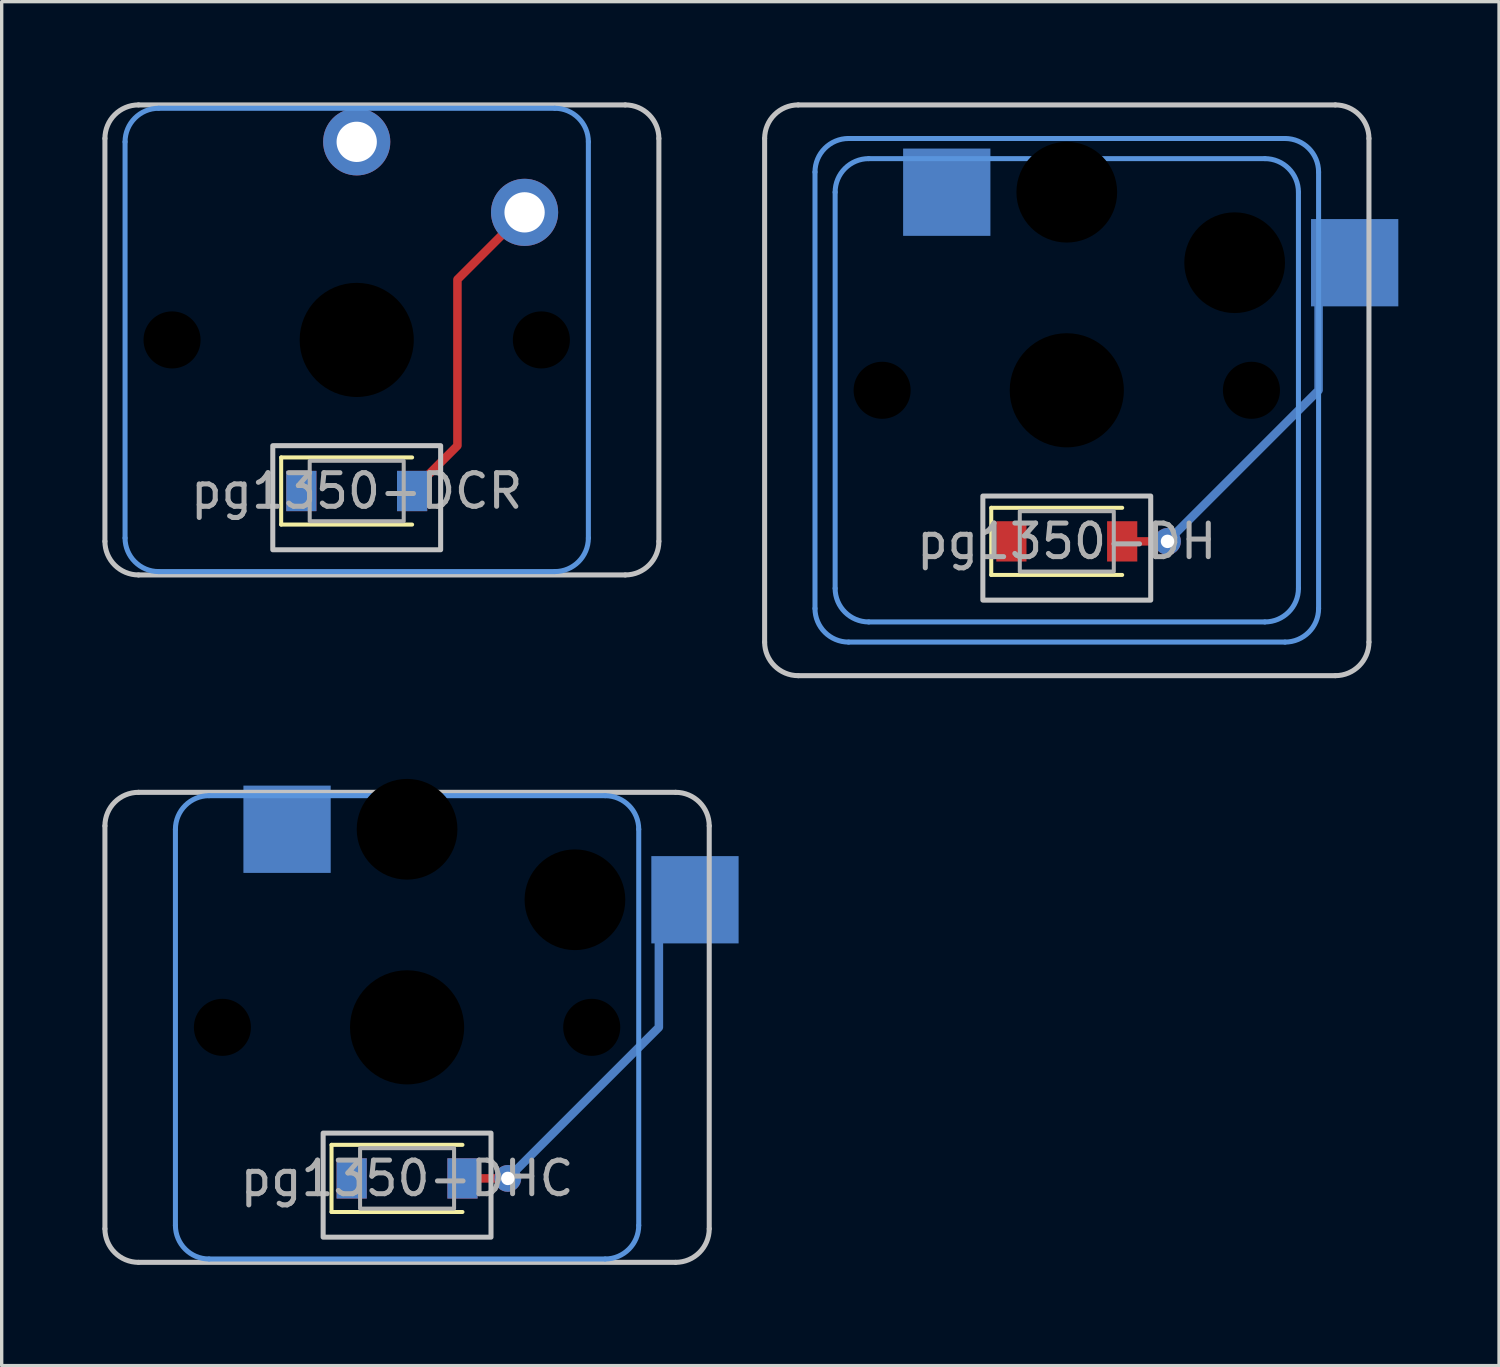
<source format=kicad_pcb>
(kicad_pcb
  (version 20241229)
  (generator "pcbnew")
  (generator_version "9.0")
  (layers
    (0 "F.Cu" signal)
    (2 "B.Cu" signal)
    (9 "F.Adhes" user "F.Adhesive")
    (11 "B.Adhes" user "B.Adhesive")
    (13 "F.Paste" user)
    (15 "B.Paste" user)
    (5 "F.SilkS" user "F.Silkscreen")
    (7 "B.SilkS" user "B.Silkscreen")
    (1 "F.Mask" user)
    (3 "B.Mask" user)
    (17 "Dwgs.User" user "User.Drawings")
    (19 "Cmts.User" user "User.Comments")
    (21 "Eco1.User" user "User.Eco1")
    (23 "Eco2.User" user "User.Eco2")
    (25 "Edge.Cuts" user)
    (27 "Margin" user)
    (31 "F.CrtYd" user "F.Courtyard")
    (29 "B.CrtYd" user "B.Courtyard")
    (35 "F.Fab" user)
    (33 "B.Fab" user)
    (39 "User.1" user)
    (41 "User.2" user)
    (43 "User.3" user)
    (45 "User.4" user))
  (footprint "pg1350-DCR"
    (layer "F.Cu")
    (at 7.575 11.575)
    (property "Reference" "pg1350-DCR" (at 0 0 0) (layer "F.Fab") (effects (font (size 1 1) (thickness 0.15))))
    (attr smd)
    (fp_line (start -2.25 -1) (end -2.25 1) (stroke (width 0.12) (type solid)) (layer "F.SilkS"))
    (fp_line (start -2.25 1) (end 1.65 1) (stroke (width 0.12) (type solid)) (layer "F.SilkS"))
    (fp_line (start 1.65 -1) (end -2.25 -1) (stroke (width 0.12) (type solid)) (layer "F.SilkS"))
    (fp_line (start -7.5 1.5) (end -7.5 -10.5) (stroke (width 0.15) (type solid)) (layer "Dwgs.User"))
    (fp_line (start -6.5 -11.5) (end 8 -11.5) (stroke (width 0.15) (type solid)) (layer "Dwgs.User"))
    (fp_line (start 8 2.5) (end -6.5 2.5) (stroke (width 0.15) (type solid)) (layer "Dwgs.User"))
    (fp_line (start 9 -10.5) (end 9 1.5) (stroke (width 0.15) (type solid)) (layer "Dwgs.User"))
    (fp_rect (start 2.5 1.75) (end -2.5 -1.35) (stroke (width 0.15) (type solid)) (fill no) (layer "Dwgs.User"))
    (fp_arc (start -7.5 -10.5) (mid -7.207107 -11.207107) (end -6.5 -11.5) (stroke (width 0.15) (type solid)) (layer "Dwgs.User"))
    (fp_arc (start -6.5 2.5) (mid -7.207107 2.207107) (end -7.5 1.5) (stroke (width 0.15) (type solid)) (layer "Dwgs.User"))
    (fp_arc (start 8 -11.5) (mid 8.707107 -11.207107) (end 9 -10.5) (stroke (width 0.15) (type solid)) (layer "Dwgs.User"))
    (fp_arc (start 9 1.5) (mid 8.707107 2.207107) (end 8 2.5) (stroke (width 0.15) (type solid)) (layer "Dwgs.User"))
    (fp_line (start -6.9 1.4) (end -6.9 -10.4) (stroke (width 0.15) (type solid)) (layer "Cmts.User"))
    (fp_line (start -5.9 -11.4) (end 5.9 -11.4) (stroke (width 0.15) (type solid)) (layer "Cmts.User"))
    (fp_line (start 5.9 2.4) (end -5.9 2.4) (stroke (width 0.15) (type solid)) (layer "Cmts.User"))
    (fp_line (start 6.9 -10.4) (end 6.9 1.4) (stroke (width 0.15) (type solid)) (layer "Cmts.User"))
    (fp_arc (start -6.9 -10.4) (mid -6.607107 -11.107107) (end -5.9 -11.4) (stroke (width 0.15) (type solid)) (layer "Cmts.User"))
    (fp_arc (start -5.9 2.4) (mid -6.607107 2.107107) (end -6.9 1.4) (stroke (width 0.15) (type solid)) (layer "Cmts.User"))
    (fp_arc (start 5.9 -11.4) (mid 6.607107 -11.107107) (end 6.9 -10.4) (stroke (width 0.15) (type solid)) (layer "Cmts.User"))
    (fp_arc (start 6.9 1.4) (mid 6.607107 2.107107) (end 5.9 2.4) (stroke (width 0.15) (type solid)) (layer "Cmts.User"))
    (fp_rect (start 1.4 0.9) (end -1.4 -0.9) (stroke (width 0.12) (type solid)) (fill no) (layer "F.Fab"))
    (pad "" np_thru_hole circle (at -5.5 -4.5) (size 1.7 1.7) (drill 1.7) (layers "*.Mask"))
    (pad "" np_thru_hole circle (at 0 -4.5) (size 3.4 3.4) (drill 3.4) (layers "*.Mask"))
    (pad "" np_thru_hole circle (at 5.5 -4.5) (size 1.7 1.7) (drill 1.7) (layers "*.Mask"))
    (pad "1" thru_hole circle (at 0 -10.4) (size 2 2) (drill 1.2) (layers "*.Cu" "B.Mask"))
    (pad "2" smd rect (at -1.65 0) (size 0.9 1.2) (layers "*.Cu" "*.Paste" "*.Mask"))
    (pad "3" smd custom (at 1.65 0) (size 0.254 0.254) (layers "F.Cu") (options (anchor circle)) (primitives (gr_line (start 3.35 -8.3) (end 1.35 -6.3) (width 0.254)) (gr_line (start 1.35 -6.3) (end 1.35 -1.35) (width 0.254)) (gr_line (start 1.35 -1.35) (end 0 0) (width 0.254))))
    (pad "3" smd rect (at 1.65 0) (size 0.9 1.2) (layers "*.Cu" "*.Paste" "*.Mask"))
    (pad "3" thru_hole circle (at 5 -8.3) (size 2 2) (drill 1.2) (layers "*.Cu" "B.Mask")))
  (footprint "pg1350-DHC"
    (layer "F.Cu")
    (at 9.075 32.05)
    (property "Reference" "pg1350-DHC" (at 0 0 0) (layer "F.Fab") (effects (font (size 1 1) (thickness 0.15))))
    (attr smd)
    (fp_line (start -2.25 -1) (end -2.25 1) (stroke (width 0.12) (type solid)) (layer "F.SilkS"))
    (fp_line (start -2.25 1) (end 1.65 1) (stroke (width 0.12) (type solid)) (layer "F.SilkS"))
    (fp_line (start 1.65 -1) (end -2.25 -1) (stroke (width 0.12) (type solid)) (layer "F.SilkS"))
    (fp_line (start -9 1.5) (end -9 -10.5) (stroke (width 0.15) (type solid)) (layer "Dwgs.User"))
    (fp_line (start -8 -11.5) (end 8 -11.5) (stroke (width 0.15) (type solid)) (layer "Dwgs.User"))
    (fp_line (start 8 2.5) (end -8 2.5) (stroke (width 0.15) (type solid)) (layer "Dwgs.User"))
    (fp_line (start 9 -10.5) (end 9 1.5) (stroke (width 0.15) (type solid)) (layer "Dwgs.User"))
    (fp_rect (start 2.5 1.75) (end -2.5 -1.35) (stroke (width 0.15) (type solid)) (fill no) (layer "Dwgs.User"))
    (fp_arc (start -9 -10.5) (mid -8.707107 -11.207107) (end -8 -11.5) (stroke (width 0.15) (type solid)) (layer "Dwgs.User"))
    (fp_arc (start -8 2.5) (mid -8.707107 2.207107) (end -9 1.5) (stroke (width 0.15) (type solid)) (layer "Dwgs.User"))
    (fp_arc (start 8 -11.5) (mid 8.707107 -11.207107) (end 9 -10.5) (stroke (width 0.15) (type solid)) (layer "Dwgs.User"))
    (fp_arc (start 9 1.5) (mid 8.707107 2.207107) (end 8 2.5) (stroke (width 0.15) (type solid)) (layer "Dwgs.User"))
    (fp_line (start -6.9 1.4) (end -6.9 -10.4) (stroke (width 0.15) (type solid)) (layer "Cmts.User"))
    (fp_line (start -5.9 -11.4) (end 5.9 -11.4) (stroke (width 0.15) (type solid)) (layer "Cmts.User"))
    (fp_line (start 5.9 2.4) (end -5.9 2.4) (stroke (width 0.15) (type solid)) (layer "Cmts.User"))
    (fp_line (start 6.9 -10.4) (end 6.9 1.4) (stroke (width 0.15) (type solid)) (layer "Cmts.User"))
    (fp_arc (start -6.9 -10.4) (mid -6.607107 -11.107107) (end -5.9 -11.4) (stroke (width 0.15) (type solid)) (layer "Cmts.User"))
    (fp_arc (start -5.9 2.4) (mid -6.607107 2.107107) (end -6.9 1.4) (stroke (width 0.15) (type solid)) (layer "Cmts.User"))
    (fp_arc (start 5.9 -11.4) (mid 6.607107 -11.107107) (end 6.9 -10.4) (stroke (width 0.15) (type solid)) (layer "Cmts.User"))
    (fp_arc (start 6.9 1.4) (mid 6.607107 2.107107) (end 5.9 2.4) (stroke (width 0.15) (type solid)) (layer "Cmts.User"))
    (fp_rect (start 1.4 0.9) (end -1.4 -0.9) (stroke (width 0.12) (type solid)) (fill no) (layer "F.Fab"))
    (pad "" np_thru_hole circle (at -5.5 -4.5) (size 1.7 1.7) (drill 1.7) (layers "*.Mask"))
    (pad "" np_thru_hole circle (at 0 -10.4) (size 3 3) (drill 3) (layers "*.Mask"))
    (pad "" np_thru_hole circle (at 0 -4.5) (size 3.4 3.4) (drill 3.4) (layers "*.Mask"))
    (pad "" np_thru_hole circle (at 5 -8.3) (size 3 3) (drill 3) (layers "*.Mask"))
    (pad "" np_thru_hole circle (at 5.5 -4.5) (size 1.7 1.7) (drill 1.7) (layers "*.Mask"))
    (pad "1" smd rect (at -3.575 -10.4) (size 2.6 2.6) (layers "B.Cu" "B.Mask"))
    (pad "2" smd rect (at -1.65 0) (size 0.9 1.2) (layers "*.Cu" "*.Paste" "*.Mask"))
    (pad "3" smd rect (at 1.65 0) (size 0.9 1.2) (layers "*.Cu" "*.Paste" "*.Mask"))
    (pad "3" smd oval (at 2.325 0) (size 1.604 0.254) (layers "F.Cu"))
    (pad "3" smd custom (at 3 0) (size 0.254 0.254) (layers "B.Cu") (options (anchor circle)) (primitives (gr_line (start 0 0) (end 4.5 -4.5) (width 0.254)) (gr_line (start 4.5 -4.5) (end 4.5 -8.3) (width 0.254))))
    (pad "3" thru_hole circle (at 3 0) (size 0.8 0.8) (drill 0.4) (layers "*.Cu"))
    (pad "3" smd rect (at 8.575 -8.3) (size 2.6 2.6) (layers "B.Cu" "B.Mask")))
  (footprint "pg1350-DH"
    (layer "F.Cu")
    (at 28.725 13.075)
    (property "Reference" "pg1350-DH" (at 0 0 0) (layer "F.Fab") (effects (font (size 1 1) (thickness 0.15))))
    (attr smd)
    (fp_line (start -2.25 -1) (end -2.25 1) (stroke (width 0.12) (type solid)) (layer "F.SilkS"))
    (fp_line (start -2.25 1) (end 1.65 1) (stroke (width 0.12) (type solid)) (layer "F.SilkS"))
    (fp_line (start 1.65 -1) (end -2.25 -1) (stroke (width 0.12) (type solid)) (layer "F.SilkS"))
    (fp_line (start -9 3) (end -9 -12) (stroke (width 0.15) (type solid)) (layer "Dwgs.User"))
    (fp_line (start -8 -13) (end 8 -13) (stroke (width 0.15) (type solid)) (layer "Dwgs.User"))
    (fp_line (start 8 4) (end -8 4) (stroke (width 0.15) (type solid)) (layer "Dwgs.User"))
    (fp_line (start 9 -12) (end 9 3) (stroke (width 0.15) (type solid)) (layer "Dwgs.User"))
    (fp_rect (start 2.5 1.75) (end -2.5 -1.35) (stroke (width 0.15) (type solid)) (fill no) (layer "Dwgs.User"))
    (fp_arc (start -9 -12) (mid -8.707107 -12.707107) (end -8 -13) (stroke (width 0.15) (type solid)) (layer "Dwgs.User"))
    (fp_arc (start -8 4) (mid -8.707107 3.707107) (end -9 3) (stroke (width 0.15) (type solid)) (layer "Dwgs.User"))
    (fp_arc (start 8 -13) (mid 8.707107 -12.707107) (end 9 -12) (stroke (width 0.15) (type solid)) (layer "Dwgs.User"))
    (fp_arc (start 9 3) (mid 8.707107 3.707107) (end 8 4) (stroke (width 0.15) (type solid)) (layer "Dwgs.User"))
    (fp_line (start -7.5 2) (end -7.5 -11) (stroke (width 0.15) (type solid)) (layer "Cmts.User"))
    (fp_line (start -6.9 1.4) (end -6.9 -10.4) (stroke (width 0.15) (type solid)) (layer "Cmts.User"))
    (fp_line (start -6.5 -12) (end 6.5 -12) (stroke (width 0.15) (type solid)) (layer "Cmts.User"))
    (fp_line (start -5.9 -11.4) (end 5.9 -11.4) (stroke (width 0.15) (type solid)) (layer "Cmts.User"))
    (fp_line (start 5.9 2.4) (end -5.9 2.4) (stroke (width 0.15) (type solid)) (layer "Cmts.User"))
    (fp_line (start 6.5 3) (end -6.5 3) (stroke (width 0.15) (type solid)) (layer "Cmts.User"))
    (fp_line (start 6.9 -10.4) (end 6.9 1.4) (stroke (width 0.15) (type solid)) (layer "Cmts.User"))
    (fp_line (start 7.5 -11) (end 7.5 2) (stroke (width 0.15) (type solid)) (layer "Cmts.User"))
    (fp_arc (start -7.5 -11) (mid -7.207107 -11.707107) (end -6.5 -12) (stroke (width 0.15) (type solid)) (layer "Cmts.User"))
    (fp_arc (start -6.9 -10.4) (mid -6.607107 -11.107107) (end -5.9 -11.4) (stroke (width 0.15) (type solid)) (layer "Cmts.User"))
    (fp_arc (start -6.5 3) (mid -7.207107 2.707107) (end -7.5 2) (stroke (width 0.15) (type solid)) (layer "Cmts.User"))
    (fp_arc (start -5.9 2.4) (mid -6.607107 2.107107) (end -6.9 1.4) (stroke (width 0.15) (type solid)) (layer "Cmts.User"))
    (fp_arc (start 5.9 -11.4) (mid 6.607107 -11.107107) (end 6.9 -10.4) (stroke (width 0.15) (type solid)) (layer "Cmts.User"))
    (fp_arc (start 6.5 -12) (mid 7.207107 -11.707107) (end 7.5 -11) (stroke (width 0.15) (type solid)) (layer "Cmts.User"))
    (fp_arc (start 6.9 1.4) (mid 6.607107 2.107107) (end 5.9 2.4) (stroke (width 0.15) (type solid)) (layer "Cmts.User"))
    (fp_arc (start 7.5 2) (mid 7.207107 2.707107) (end 6.5 3) (stroke (width 0.15) (type solid)) (layer "Cmts.User"))
    (fp_rect (start 1.4 0.9) (end -1.4 -0.9) (stroke (width 0.12) (type solid)) (fill no) (layer "F.Fab"))
    (pad "" np_thru_hole circle (at -5.5 -4.5) (size 1.7 1.7) (drill 1.7) (layers "*.Mask"))
    (pad "" np_thru_hole circle (at 0 -10.4) (size 3 3) (drill 3) (layers "*.Mask"))
    (pad "" np_thru_hole circle (at 0 -4.5) (size 3.4 3.4) (drill 3.4) (layers "*.Mask"))
    (pad "" np_thru_hole circle (at 5 -8.3) (size 3 3) (drill 3) (layers "*.Mask"))
    (pad "" np_thru_hole circle (at 5.5 -4.5) (size 1.7 1.7) (drill 1.7) (layers "*.Mask"))
    (pad "1" smd rect (at -3.575 -10.4) (size 2.6 2.6) (layers "B.Cu" "B.Mask"))
    (pad "2" smd rect (at -1.65 0) (size 0.9 1.2) (layers "F.Cu" "F.Mask" "F.Paste"))
    (pad "3" smd rect (at 1.65 0) (size 0.9 1.2) (layers "F.Cu" "F.Mask" "F.Paste"))
    (pad "3" smd oval (at 2.325 0) (size 1.604 0.254) (layers "F.Cu"))
    (pad "3" smd custom (at 3 0) (size 0.254 0.254) (layers "B.Cu") (options (anchor circle)) (primitives (gr_line (start 0 0) (end 4.5 -4.5) (width 0.254)) (gr_line (start 4.5 -4.5) (end 4.5 -8.3) (width 0.254))))
    (pad "3" thru_hole circle (at 3 0) (size 0.8 0.8) (drill 0.4) (layers "*.Cu"))
    (pad "3" smd rect (at 8.575 -8.3) (size 2.6 2.6) (layers "B.Cu" "B.Mask")))
  (gr_rect
    (start -3 -3)
    (end 41.6 37.625)
    (stroke (width 0.1) (type default))
    (fill no)
    (layer "Edge.Cuts")))
</source>
